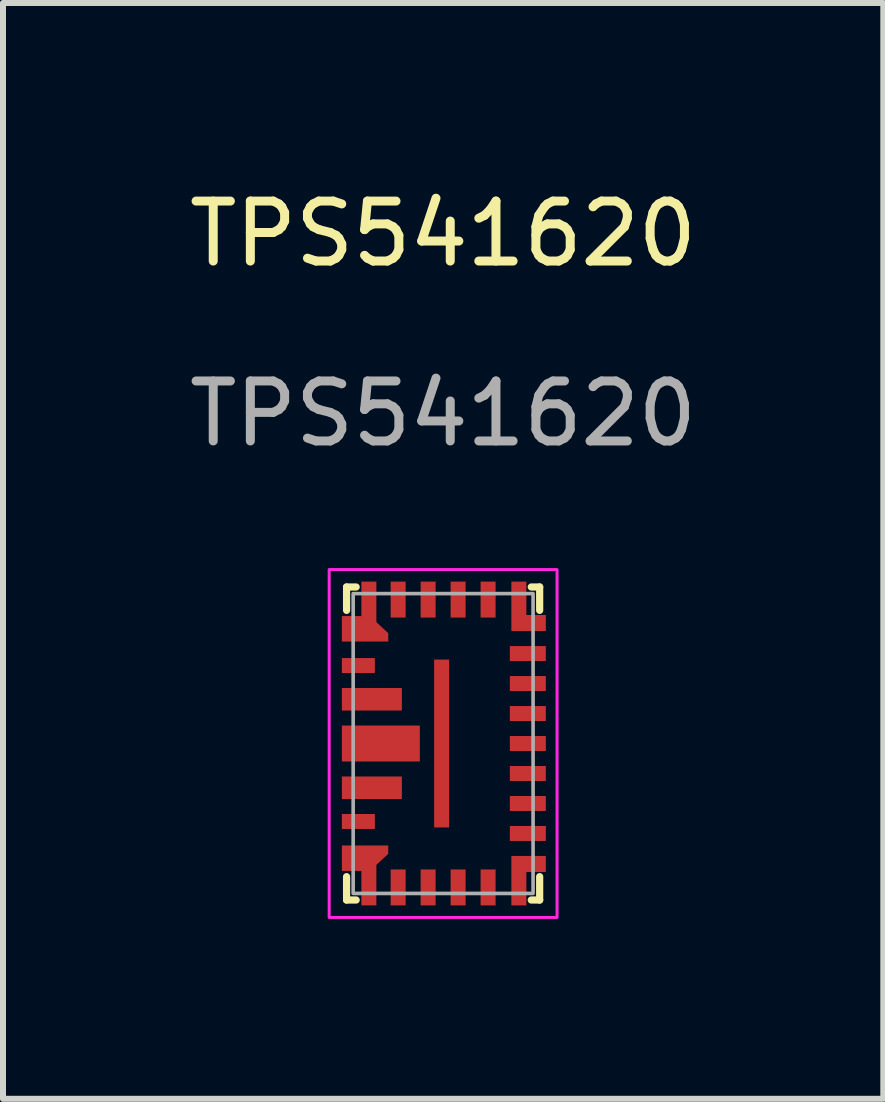
<source format=kicad_pcb>
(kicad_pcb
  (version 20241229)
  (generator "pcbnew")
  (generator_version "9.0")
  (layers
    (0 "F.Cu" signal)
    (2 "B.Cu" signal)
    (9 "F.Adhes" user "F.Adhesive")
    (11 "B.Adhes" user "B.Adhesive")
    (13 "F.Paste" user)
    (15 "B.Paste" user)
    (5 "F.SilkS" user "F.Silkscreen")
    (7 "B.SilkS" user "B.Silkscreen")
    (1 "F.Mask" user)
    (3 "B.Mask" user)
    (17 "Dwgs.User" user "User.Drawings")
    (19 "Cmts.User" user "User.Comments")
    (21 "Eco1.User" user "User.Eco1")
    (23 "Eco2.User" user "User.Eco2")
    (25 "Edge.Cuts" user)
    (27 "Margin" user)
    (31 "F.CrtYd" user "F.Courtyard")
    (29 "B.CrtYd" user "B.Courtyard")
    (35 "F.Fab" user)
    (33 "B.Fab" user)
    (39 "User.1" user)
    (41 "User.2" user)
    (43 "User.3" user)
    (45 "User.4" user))
  (footprint "TPS541620"
    (layer "F.Cu")
    (at 4.339 9.348)
    (property "Reference" "TPS541620" (at 0 -8.5 0) (unlocked yes) (layer "F.SilkS") (effects (font (size 1 1) (thickness 0.15))))
    (fp_line (start -1.61 -2.61) (end -1.61 -2.22) (stroke (width 0.12) (type solid)) (layer "F.SilkS"))
    (fp_line (start -1.61 2.22) (end -1.61 2.61) (stroke (width 0.12) (type solid)) (layer "F.SilkS"))
    (fp_line (start -1.45 -2.61) (end -1.61 -2.61) (stroke (width 0.12) (type solid)) (layer "F.SilkS"))
    (fp_line (start -1.45 2.61) (end -1.61 2.61) (stroke (width 0.12) (type solid)) (layer "F.SilkS"))
    (fp_line (start 1.61 -2.61) (end 1.47 -2.61) (stroke (width 0.12) (type solid)) (layer "F.SilkS"))
    (fp_line (start 1.61 -2.61) (end 1.61 -2.22) (stroke (width 0.12) (type solid)) (layer "F.SilkS"))
    (fp_line (start 1.61 2.22) (end 1.61 2.61) (stroke (width 0.12) (type solid)) (layer "F.SilkS"))
    (fp_line (start 1.61 2.61) (end 1.47 2.61) (stroke (width 0.12) (type solid)) (layer "F.SilkS"))
    (fp_rect (start -1.9 -2.9) (end 1.9 2.9) (stroke (width 0.05) (type solid)) (fill no) (layer "F.CrtYd"))
    (fp_rect (start -1.5 -2.5) (end 1.5 2.5) (stroke (width 0.06) (type solid)) (fill no) (layer "F.Fab"))
    (fp_text user "${REFERENCE}" (at 0 -5.5 0) (unlocked yes) (layer "F.Fab") (effects (font (size 1 1) (thickness 0.15))))
    (pad "1" smd rect (at -1.413 -1.3 90) (size 0.25 0.55) (layers "F.Cu" "F.Mask" "F.Paste"))
    (pad "2" smd custom (at -1.413 -0.738) (size 0.001 0.001) (layers "F.Cu" "F.Mask" "F.Paste") (options (anchor rect)) (primitives (gr_poly (pts (xy -0.275 -0.188) (xy 0.725 -0.188) (xy 0.725 0.188) (xy -0.275 0.188)) (width 0) (fill yes))))
    (pad "3" smd custom (at -1.413 0) (size 0.001 0.001) (layers "F.Cu" "F.Mask" "F.Paste") (options (anchor rect)) (primitives (gr_poly (pts (xy -0.275 -0.3) (xy 1.025 -0.3) (xy 1.025 0.3) (xy -0.275 0.3)) (width 0) (fill yes))))
    (pad "4" smd custom (at -1.413 0.738) (size 0.001 0.001) (layers "F.Cu" "F.Mask" "F.Paste") (options (anchor rect)) (primitives (gr_poly (pts (xy -0.275 -0.188) (xy 0.725 -0.188) (xy 0.725 0.188) (xy -0.275 0.188)) (width 0) (fill yes))))
    (pad "5" smd rect (at -1.413 1.3 90) (size 0.25 0.55) (layers "F.Cu" "F.Mask" "F.Paste"))
    (pad "6" smd custom (at -1.413 2.4) (size 0.001 0.001) (layers "F.Cu" "F.Mask" "F.Paste") (options (anchor rect)) (primitives (gr_poly (pts (xy 0.498 -0.56) (xy 0.498 -0.7) (xy -0.275 -0.7) (xy -0.275 -0.275) (xy 0.05 -0.275) (xy 0.05 0.3) (xy 0.3 0.3) (xy 0.3 -0.376)) (width 0) (fill yes))))
    (pad "7" smd rect (at -0.75 2.4 90) (size 0.6 0.25) (layers "F.Cu" "F.Mask" "F.Paste"))
    (pad "8" smd rect (at -0.25 2.4 90) (size 0.6 0.25) (layers "F.Cu" "F.Mask" "F.Paste"))
    (pad "9" smd rect (at 0.25 2.4 90) (size 0.6 0.25) (layers "F.Cu" "F.Mask" "F.Paste"))
    (pad "10" smd rect (at 0.75 2.4 90) (size 0.6 0.25) (layers "F.Cu" "F.Mask" "F.Paste"))
    (pad "11" smd custom (at 1.413 2.4) (size 0.001 0.001) (layers "F.Cu" "F.Mask" "F.Paste") (options (anchor rect)) (primitives (gr_poly (pts (xy -0.275 0.3) (xy -0.275 -0.525) (xy 0.3 -0.525) (xy 0.3 -0.257) (xy -0.025 -0.257) (xy -0.025 0.3)) (width 0) (fill yes))))
    (pad "12" smd rect (at 1.413 1.5) (size 0.6 0.25) (layers "F.Cu" "F.Mask" "F.Paste"))
    (pad "13" smd rect (at 1.413 1) (size 0.6 0.25) (layers "F.Cu" "F.Mask" "F.Paste"))
    (pad "14" smd rect (at 1.413 0.5) (size 0.6 0.25) (layers "F.Cu" "F.Mask" "F.Paste"))
    (pad "15" smd rect (at 1.413 0) (size 0.6 0.25) (layers "F.Cu" "F.Mask" "F.Paste"))
    (pad "16" smd rect (at 1.413 -0.5) (size 0.6 0.25) (layers "F.Cu" "F.Mask" "F.Paste"))
    (pad "17" smd rect (at 1.413 -1) (size 0.6 0.25) (layers "F.Cu" "F.Mask" "F.Paste"))
    (pad "18" smd rect (at 1.413 -1.5) (size 0.6 0.25) (layers "F.Cu" "F.Mask" "F.Paste"))
    (pad "19" smd custom (at 1.413 -2.4 180) (size 0.001 0.001) (layers "F.Cu" "F.Mask" "F.Paste") (options (anchor rect)) (primitives (gr_poly (pts (xy 0.275 0.3) (xy 0.275 -0.525) (xy -0.3 -0.525) (xy -0.3 -0.257) (xy 0.025 -0.257) (xy 0.025 0.3)) (width 0) (fill yes))))
    (pad "20" smd rect (at 0.75 -2.4 90) (size 0.6 0.25) (layers "F.Cu" "F.Mask" "F.Paste"))
    (pad "21" smd rect (at 0.25 -2.4 90) (size 0.6 0.25) (layers "F.Cu" "F.Mask" "F.Paste"))
    (pad "22" smd rect (at -0.25 -2.4 90) (size 0.6 0.25) (layers "F.Cu" "F.Mask" "F.Paste"))
    (pad "23" smd rect (at -0.75 -2.4 90) (size 0.6 0.25) (layers "F.Cu" "F.Mask" "F.Paste"))
    (pad "24" smd custom (at -1.413 -2.4 180) (size 0.001 0.001) (layers "F.Cu" "F.Mask" "F.Paste") (options (anchor rect)) (primitives (gr_poly (pts (xy -0.498 -0.56) (xy -0.498 -0.7) (xy 0.275 -0.7) (xy 0.275 -0.275) (xy -0.05 -0.275) (xy -0.05 0.3) (xy -0.3 0.3) (xy -0.3 -0.376)) (width 0) (fill yes))))
    (pad "25" smd rect (at -0.025 0 180) (size 0.25 2.8) (layers "F.Cu" "F.Mask" "F.Paste")))
  (gr_rect
    (start -3 -3)
    (end 11.679 15.273)
    (stroke (width 0.1) (type default))
    (fill no)
    (layer "Edge.Cuts")))
</source>
